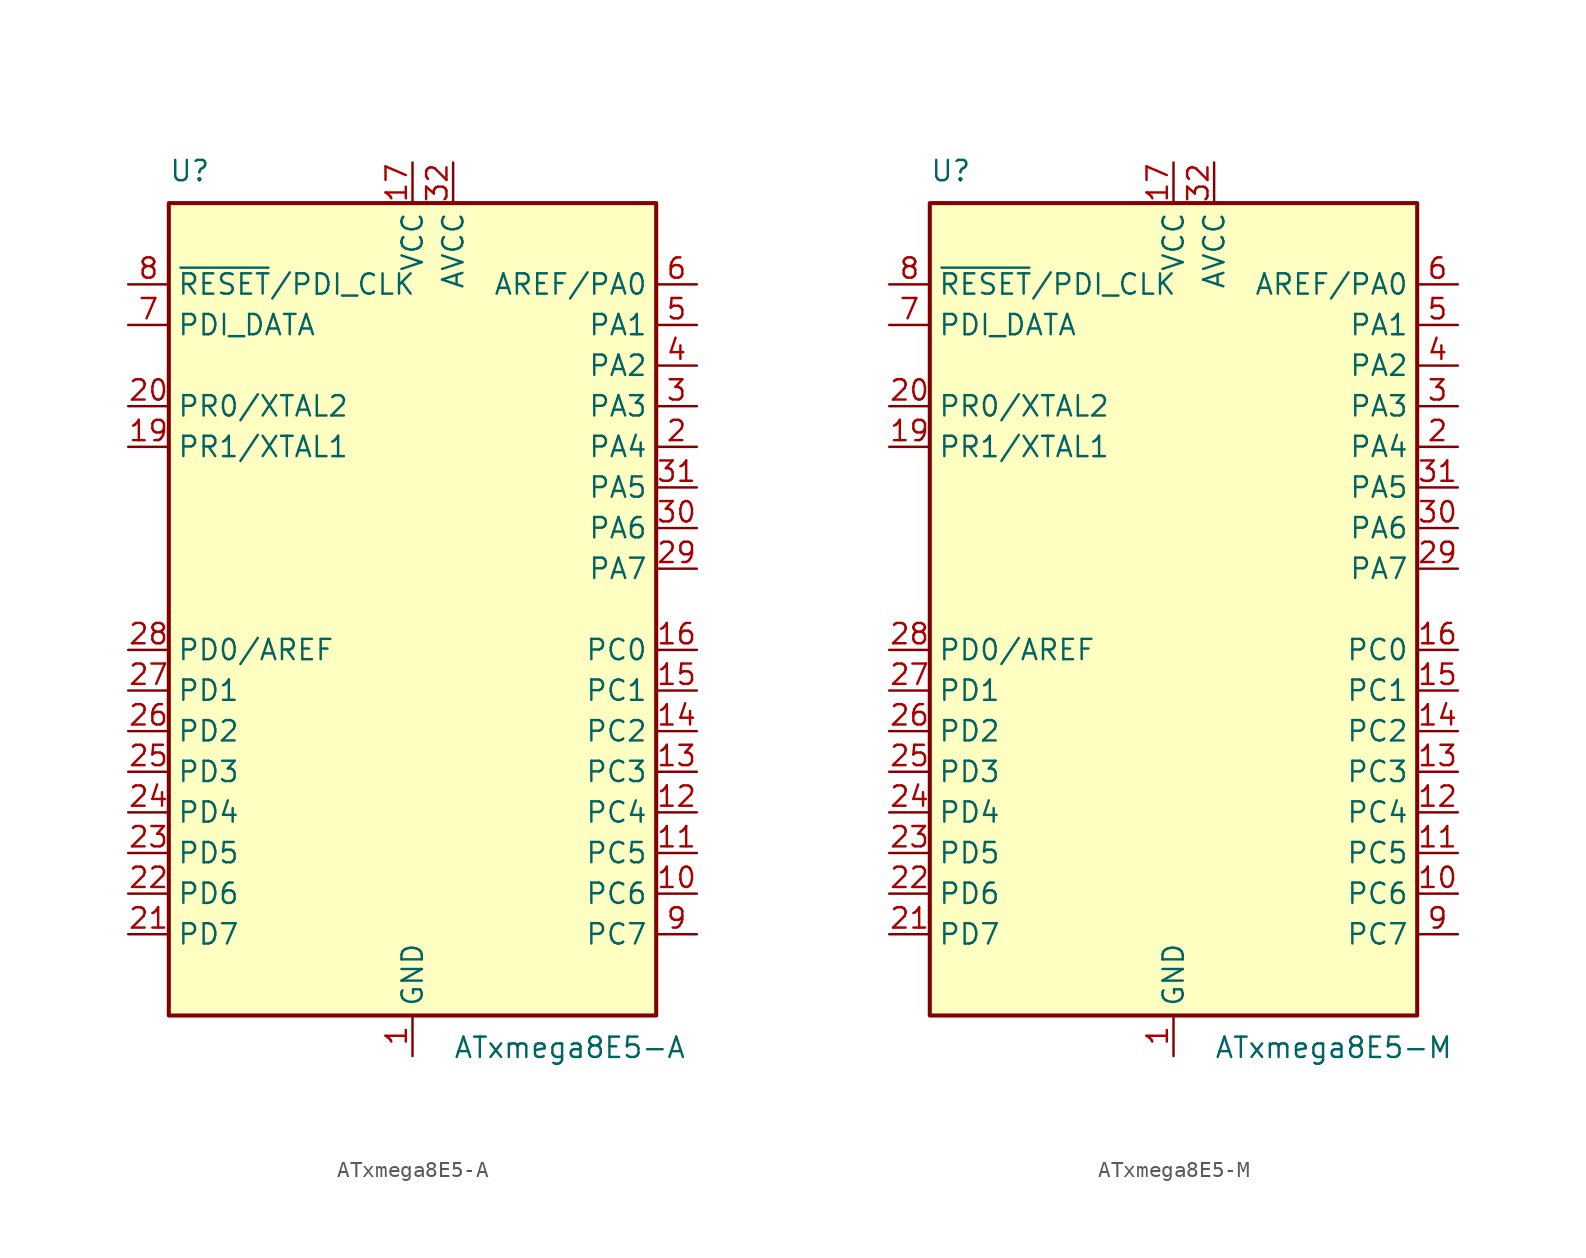
<source format=kicad_sym>
(kicad_symbol_lib
  (version 20211014)
  (generator kicad_symbol_editor)
  (symbol "ATxmega8E5-A"
    (property "Reference" "U"
      (at -15.24 26.67 0)
      (effects (font (size 1.27 1.27)) (justify left bottom)))
    (property "Value" "ATxmega8E5-A"
      (at 2.54 -26.67 0)
      (effects (font (size 1.27 1.27)) (justify left top)))
    (symbol "ATxmega8E5-A_0_1"
      (rectangle (start -15.24 -25.4) (end 15.24 25.4) (stroke (width 0.254) (type default) (color 0 0 0 0)) (fill (type background))))
    (symbol "ATxmega8E5-A_1_1"
      (pin power_in line (at 0 -27.94 90) (length 2.54) (name "GND" (effects (font (size 1.27 1.27)))) (number "1" (effects (font (size 1.27 1.27)))))
      (pin bidirectional line (at 17.78 -17.78 180) (length 2.54) (name "PC6" (effects (font (size 1.27 1.27)))) (number "10" (effects (font (size 1.27 1.27)))))
      (pin bidirectional line (at 17.78 -15.24 180) (length 2.54) (name "PC5" (effects (font (size 1.27 1.27)))) (number "11" (effects (font (size 1.27 1.27)))))
      (pin bidirectional line (at 17.78 -12.7 180) (length 2.54) (name "PC4" (effects (font (size 1.27 1.27)))) (number "12" (effects (font (size 1.27 1.27)))))
      (pin bidirectional line (at 17.78 -10.16 180) (length 2.54) (name "PC3" (effects (font (size 1.27 1.27)))) (number "13" (effects (font (size 1.27 1.27)))))
      (pin bidirectional line (at 17.78 -7.62 180) (length 2.54) (name "PC2" (effects (font (size 1.27 1.27)))) (number "14" (effects (font (size 1.27 1.27)))))
      (pin bidirectional line (at 17.78 -5.08 180) (length 2.54) (name "PC1" (effects (font (size 1.27 1.27)))) (number "15" (effects (font (size 1.27 1.27)))))
      (pin bidirectional line (at 17.78 -2.54 180) (length 2.54) (name "PC0" (effects (font (size 1.27 1.27)))) (number "16" (effects (font (size 1.27 1.27)))))
      (pin power_in line (at 0 27.94 270) (length 2.54) (name "VCC" (effects (font (size 1.27 1.27)))) (number "17" (effects (font (size 1.27 1.27)))))
      (pin passive line (at 0 -27.94 90) (length 2.54) hide (name "GND" (effects (font (size 1.27 1.27)))) (number "18" (effects (font (size 1.27 1.27)))))
      (pin bidirectional line (at -17.78 10.16 0) (length 2.54) (name "PR1/XTAL1" (effects (font (size 1.27 1.27)))) (number "19" (effects (font (size 1.27 1.27)))))
      (pin bidirectional line (at 17.78 10.16 180) (length 2.54) (name "PA4" (effects (font (size 1.27 1.27)))) (number "2" (effects (font (size 1.27 1.27)))))
      (pin bidirectional line (at -17.78 12.7 0) (length 2.54) (name "PR0/XTAL2" (effects (font (size 1.27 1.27)))) (number "20" (effects (font (size 1.27 1.27)))))
      (pin bidirectional line (at -17.78 -20.32 0) (length 2.54) (name "PD7" (effects (font (size 1.27 1.27)))) (number "21" (effects (font (size 1.27 1.27)))))
      (pin bidirectional line (at -17.78 -17.78 0) (length 2.54) (name "PD6" (effects (font (size 1.27 1.27)))) (number "22" (effects (font (size 1.27 1.27)))))
      (pin bidirectional line (at -17.78 -15.24 0) (length 2.54) (name "PD5" (effects (font (size 1.27 1.27)))) (number "23" (effects (font (size 1.27 1.27)))))
      (pin bidirectional line (at -17.78 -12.7 0) (length 2.54) (name "PD4" (effects (font (size 1.27 1.27)))) (number "24" (effects (font (size 1.27 1.27)))))
      (pin bidirectional line (at -17.78 -10.16 0) (length 2.54) (name "PD3" (effects (font (size 1.27 1.27)))) (number "25" (effects (font (size 1.27 1.27)))))
      (pin bidirectional line (at -17.78 -7.62 0) (length 2.54) (name "PD2" (effects (font (size 1.27 1.27)))) (number "26" (effects (font (size 1.27 1.27)))))
      (pin bidirectional line (at -17.78 -5.08 0) (length 2.54) (name "PD1" (effects (font (size 1.27 1.27)))) (number "27" (effects (font (size 1.27 1.27)))))
      (pin bidirectional line (at -17.78 -2.54 0) (length 2.54) (name "PD0/AREF" (effects (font (size 1.27 1.27)))) (number "28" (effects (font (size 1.27 1.27)))))
      (pin bidirectional line (at 17.78 2.54 180) (length 2.54) (name "PA7" (effects (font (size 1.27 1.27)))) (number "29" (effects (font (size 1.27 1.27)))))
      (pin bidirectional line (at 17.78 12.7 180) (length 2.54) (name "PA3" (effects (font (size 1.27 1.27)))) (number "3" (effects (font (size 1.27 1.27)))))
      (pin bidirectional line (at 17.78 5.08 180) (length 2.54) (name "PA6" (effects (font (size 1.27 1.27)))) (number "30" (effects (font (size 1.27 1.27)))))
      (pin bidirectional line (at 17.78 7.62 180) (length 2.54) (name "PA5" (effects (font (size 1.27 1.27)))) (number "31" (effects (font (size 1.27 1.27)))))
      (pin power_in line (at 2.54 27.94 270) (length 2.54) (name "AVCC" (effects (font (size 1.27 1.27)))) (number "32" (effects (font (size 1.27 1.27)))))
      (pin bidirectional line (at 17.78 15.24 180) (length 2.54) (name "PA2" (effects (font (size 1.27 1.27)))) (number "4" (effects (font (size 1.27 1.27)))))
      (pin bidirectional line (at 17.78 17.78 180) (length 2.54) (name "PA1" (effects (font (size 1.27 1.27)))) (number "5" (effects (font (size 1.27 1.27)))))
      (pin bidirectional line (at 17.78 20.32 180) (length 2.54) (name "AREF/PA0" (effects (font (size 1.27 1.27)))) (number "6" (effects (font (size 1.27 1.27)))))
      (pin bidirectional line (at -17.78 17.78 0) (length 2.54) (name "PDI_DATA" (effects (font (size 1.27 1.27)))) (number "7" (effects (font (size 1.27 1.27)))))
      (pin input line (at -17.78 20.32 0) (length 2.54) (name "~{RESET}/PDI_CLK" (effects (font (size 1.27 1.27)))) (number "8" (effects (font (size 1.27 1.27)))))
      (pin bidirectional line (at 17.78 -20.32 180) (length 2.54) (name "PC7" (effects (font (size 1.27 1.27)))) (number "9" (effects (font (size 1.27 1.27)))))))
  (symbol "ATxmega8E5-M"
    (property "Reference" "U"
      (at -15.24 26.67 0)
      (effects (font (size 1.27 1.27)) (justify left bottom)))
    (property "Value" "ATxmega8E5-M"
      (at 2.54 -26.67 0)
      (effects (font (size 1.27 1.27)) (justify left top)))
    (symbol "ATxmega8E5-M_0_1"
      (rectangle (start -15.24 -25.4) (end 15.24 25.4) (stroke (width 0.254) (type default) (color 0 0 0 0)) (fill (type background))))
    (symbol "ATxmega8E5-M_1_1"
      (pin power_in line (at 0 -27.94 90) (length 2.54) (name "GND" (effects (font (size 1.27 1.27)))) (number "1" (effects (font (size 1.27 1.27)))))
      (pin bidirectional line (at 17.78 -17.78 180) (length 2.54) (name "PC6" (effects (font (size 1.27 1.27)))) (number "10" (effects (font (size 1.27 1.27)))))
      (pin bidirectional line (at 17.78 -15.24 180) (length 2.54) (name "PC5" (effects (font (size 1.27 1.27)))) (number "11" (effects (font (size 1.27 1.27)))))
      (pin bidirectional line (at 17.78 -12.7 180) (length 2.54) (name "PC4" (effects (font (size 1.27 1.27)))) (number "12" (effects (font (size 1.27 1.27)))))
      (pin bidirectional line (at 17.78 -10.16 180) (length 2.54) (name "PC3" (effects (font (size 1.27 1.27)))) (number "13" (effects (font (size 1.27 1.27)))))
      (pin bidirectional line (at 17.78 -7.62 180) (length 2.54) (name "PC2" (effects (font (size 1.27 1.27)))) (number "14" (effects (font (size 1.27 1.27)))))
      (pin bidirectional line (at 17.78 -5.08 180) (length 2.54) (name "PC1" (effects (font (size 1.27 1.27)))) (number "15" (effects (font (size 1.27 1.27)))))
      (pin bidirectional line (at 17.78 -2.54 180) (length 2.54) (name "PC0" (effects (font (size 1.27 1.27)))) (number "16" (effects (font (size 1.27 1.27)))))
      (pin power_in line (at 0 27.94 270) (length 2.54) (name "VCC" (effects (font (size 1.27 1.27)))) (number "17" (effects (font (size 1.27 1.27)))))
      (pin passive line (at 0 -27.94 90) (length 2.54) hide (name "GND" (effects (font (size 1.27 1.27)))) (number "18" (effects (font (size 1.27 1.27)))))
      (pin bidirectional line (at -17.78 10.16 0) (length 2.54) (name "PR1/XTAL1" (effects (font (size 1.27 1.27)))) (number "19" (effects (font (size 1.27 1.27)))))
      (pin bidirectional line (at 17.78 10.16 180) (length 2.54) (name "PA4" (effects (font (size 1.27 1.27)))) (number "2" (effects (font (size 1.27 1.27)))))
      (pin bidirectional line (at -17.78 12.7 0) (length 2.54) (name "PR0/XTAL2" (effects (font (size 1.27 1.27)))) (number "20" (effects (font (size 1.27 1.27)))))
      (pin bidirectional line (at -17.78 -20.32 0) (length 2.54) (name "PD7" (effects (font (size 1.27 1.27)))) (number "21" (effects (font (size 1.27 1.27)))))
      (pin bidirectional line (at -17.78 -17.78 0) (length 2.54) (name "PD6" (effects (font (size 1.27 1.27)))) (number "22" (effects (font (size 1.27 1.27)))))
      (pin bidirectional line (at -17.78 -15.24 0) (length 2.54) (name "PD5" (effects (font (size 1.27 1.27)))) (number "23" (effects (font (size 1.27 1.27)))))
      (pin bidirectional line (at -17.78 -12.7 0) (length 2.54) (name "PD4" (effects (font (size 1.27 1.27)))) (number "24" (effects (font (size 1.27 1.27)))))
      (pin bidirectional line (at -17.78 -10.16 0) (length 2.54) (name "PD3" (effects (font (size 1.27 1.27)))) (number "25" (effects (font (size 1.27 1.27)))))
      (pin bidirectional line (at -17.78 -7.62 0) (length 2.54) (name "PD2" (effects (font (size 1.27 1.27)))) (number "26" (effects (font (size 1.27 1.27)))))
      (pin bidirectional line (at -17.78 -5.08 0) (length 2.54) (name "PD1" (effects (font (size 1.27 1.27)))) (number "27" (effects (font (size 1.27 1.27)))))
      (pin bidirectional line (at -17.78 -2.54 0) (length 2.54) (name "PD0/AREF" (effects (font (size 1.27 1.27)))) (number "28" (effects (font (size 1.27 1.27)))))
      (pin bidirectional line (at 17.78 2.54 180) (length 2.54) (name "PA7" (effects (font (size 1.27 1.27)))) (number "29" (effects (font (size 1.27 1.27)))))
      (pin bidirectional line (at 17.78 12.7 180) (length 2.54) (name "PA3" (effects (font (size 1.27 1.27)))) (number "3" (effects (font (size 1.27 1.27)))))
      (pin bidirectional line (at 17.78 5.08 180) (length 2.54) (name "PA6" (effects (font (size 1.27 1.27)))) (number "30" (effects (font (size 1.27 1.27)))))
      (pin bidirectional line (at 17.78 7.62 180) (length 2.54) (name "PA5" (effects (font (size 1.27 1.27)))) (number "31" (effects (font (size 1.27 1.27)))))
      (pin power_in line (at 2.54 27.94 270) (length 2.54) (name "AVCC" (effects (font (size 1.27 1.27)))) (number "32" (effects (font (size 1.27 1.27)))))
      (pin passive line (at 0 -27.94 90) (length 2.54) hide (name "GND" (effects (font (size 1.27 1.27)))) (number "33" (effects (font (size 1.27 1.27)))))
      (pin bidirectional line (at 17.78 15.24 180) (length 2.54) (name "PA2" (effects (font (size 1.27 1.27)))) (number "4" (effects (font (size 1.27 1.27)))))
      (pin bidirectional line (at 17.78 17.78 180) (length 2.54) (name "PA1" (effects (font (size 1.27 1.27)))) (number "5" (effects (font (size 1.27 1.27)))))
      (pin bidirectional line (at 17.78 20.32 180) (length 2.54) (name "AREF/PA0" (effects (font (size 1.27 1.27)))) (number "6" (effects (font (size 1.27 1.27)))))
      (pin bidirectional line (at -17.78 17.78 0) (length 2.54) (name "PDI_DATA" (effects (font (size 1.27 1.27)))) (number "7" (effects (font (size 1.27 1.27)))))
      (pin input line (at -17.78 20.32 0) (length 2.54) (name "~{RESET}/PDI_CLK" (effects (font (size 1.27 1.27)))) (number "8" (effects (font (size 1.27 1.27)))))
      (pin bidirectional line (at 17.78 -20.32 180) (length 2.54) (name "PC7" (effects (font (size 1.27 1.27)))) (number "9" (effects (font (size 1.27 1.27))))))))
</source>
